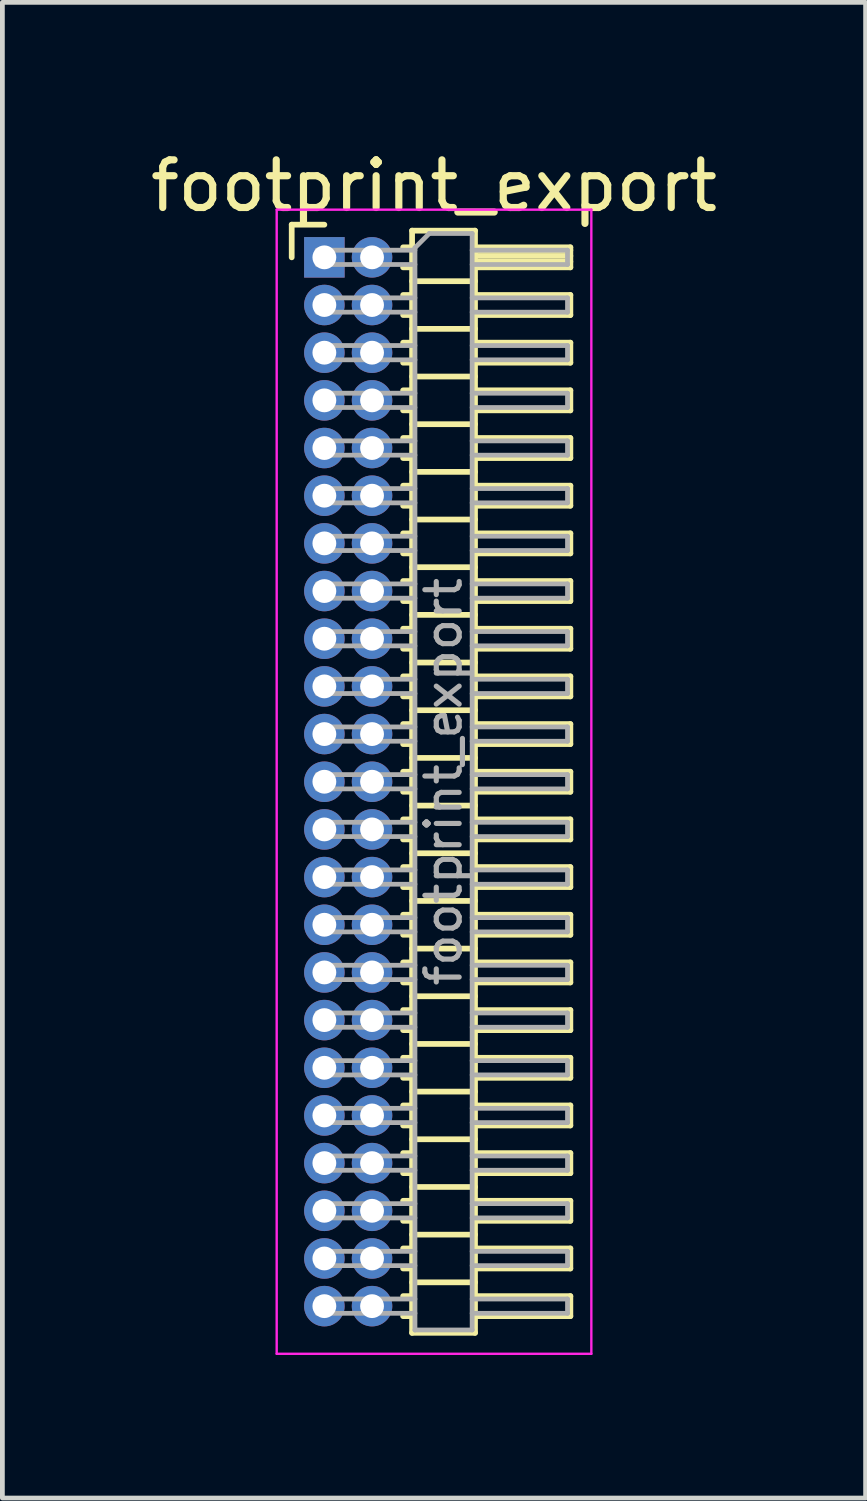
<source format=kicad_pcb>
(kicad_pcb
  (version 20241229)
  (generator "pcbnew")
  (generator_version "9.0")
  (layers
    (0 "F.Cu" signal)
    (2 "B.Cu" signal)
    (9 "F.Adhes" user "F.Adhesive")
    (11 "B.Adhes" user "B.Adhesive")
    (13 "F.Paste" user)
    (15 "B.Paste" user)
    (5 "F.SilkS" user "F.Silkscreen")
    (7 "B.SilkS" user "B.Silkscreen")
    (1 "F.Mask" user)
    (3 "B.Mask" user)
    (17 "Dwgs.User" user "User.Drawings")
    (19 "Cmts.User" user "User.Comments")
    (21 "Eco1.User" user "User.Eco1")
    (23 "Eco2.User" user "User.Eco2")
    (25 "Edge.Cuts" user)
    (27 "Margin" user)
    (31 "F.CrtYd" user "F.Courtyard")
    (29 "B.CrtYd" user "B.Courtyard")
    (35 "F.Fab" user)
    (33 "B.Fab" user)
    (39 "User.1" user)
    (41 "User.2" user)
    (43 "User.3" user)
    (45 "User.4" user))
  (footprint "footprint_export"
    (layer "F.Cu")
    (at 3.754 2.348)
    (property "Reference" "footprint_export" (at 2.3 -1.5 0) (layer "F.SilkS") (effects (font (size 1 1) (thickness 0.15))))
    (attr through_hole)
    (fp_line (start -0.685 -0.685) (end 0 -0.685) (stroke (width 0.12) (type solid)) (layer "F.SilkS"))
    (fp_line (start -0.685 0) (end -0.685 -0.685) (stroke (width 0.12) (type solid)) (layer "F.SilkS"))
    (fp_line (start 1.652 -0.21) (end 1.84 -0.21) (stroke (width 0.12) (type solid)) (layer "F.SilkS"))
    (fp_line (start 1.652 0.21) (end 1.84 0.21) (stroke (width 0.12) (type solid)) (layer "F.SilkS"))
    (fp_line (start 1.652 0.79) (end 1.84 0.79) (stroke (width 0.12) (type solid)) (layer "F.SilkS"))
    (fp_line (start 1.652 1.21) (end 1.84 1.21) (stroke (width 0.12) (type solid)) (layer "F.SilkS"))
    (fp_line (start 1.652 1.79) (end 1.84 1.79) (stroke (width 0.12) (type solid)) (layer "F.SilkS"))
    (fp_line (start 1.652 2.21) (end 1.84 2.21) (stroke (width 0.12) (type solid)) (layer "F.SilkS"))
    (fp_line (start 1.652 2.79) (end 1.84 2.79) (stroke (width 0.12) (type solid)) (layer "F.SilkS"))
    (fp_line (start 1.652 3.21) (end 1.84 3.21) (stroke (width 0.12) (type solid)) (layer "F.SilkS"))
    (fp_line (start 1.652 3.79) (end 1.84 3.79) (stroke (width 0.12) (type solid)) (layer "F.SilkS"))
    (fp_line (start 1.652 4.21) (end 1.84 4.21) (stroke (width 0.12) (type solid)) (layer "F.SilkS"))
    (fp_line (start 1.652 4.79) (end 1.84 4.79) (stroke (width 0.12) (type solid)) (layer "F.SilkS"))
    (fp_line (start 1.652 5.21) (end 1.84 5.21) (stroke (width 0.12) (type solid)) (layer "F.SilkS"))
    (fp_line (start 1.652 5.79) (end 1.84 5.79) (stroke (width 0.12) (type solid)) (layer "F.SilkS"))
    (fp_line (start 1.652 6.21) (end 1.84 6.21) (stroke (width 0.12) (type solid)) (layer "F.SilkS"))
    (fp_line (start 1.652 6.79) (end 1.84 6.79) (stroke (width 0.12) (type solid)) (layer "F.SilkS"))
    (fp_line (start 1.652 7.21) (end 1.84 7.21) (stroke (width 0.12) (type solid)) (layer "F.SilkS"))
    (fp_line (start 1.652 7.79) (end 1.84 7.79) (stroke (width 0.12) (type solid)) (layer "F.SilkS"))
    (fp_line (start 1.652 8.21) (end 1.84 8.21) (stroke (width 0.12) (type solid)) (layer "F.SilkS"))
    (fp_line (start 1.652 8.79) (end 1.84 8.79) (stroke (width 0.12) (type solid)) (layer "F.SilkS"))
    (fp_line (start 1.652 9.21) (end 1.84 9.21) (stroke (width 0.12) (type solid)) (layer "F.SilkS"))
    (fp_line (start 1.652 9.79) (end 1.84 9.79) (stroke (width 0.12) (type solid)) (layer "F.SilkS"))
    (fp_line (start 1.652 10.21) (end 1.84 10.21) (stroke (width 0.12) (type solid)) (layer "F.SilkS"))
    (fp_line (start 1.652 10.79) (end 1.84 10.79) (stroke (width 0.12) (type solid)) (layer "F.SilkS"))
    (fp_line (start 1.652 11.21) (end 1.84 11.21) (stroke (width 0.12) (type solid)) (layer "F.SilkS"))
    (fp_line (start 1.652 11.79) (end 1.84 11.79) (stroke (width 0.12) (type solid)) (layer "F.SilkS"))
    (fp_line (start 1.652 12.21) (end 1.84 12.21) (stroke (width 0.12) (type solid)) (layer "F.SilkS"))
    (fp_line (start 1.652 12.79) (end 1.84 12.79) (stroke (width 0.12) (type solid)) (layer "F.SilkS"))
    (fp_line (start 1.652 13.21) (end 1.84 13.21) (stroke (width 0.12) (type solid)) (layer "F.SilkS"))
    (fp_line (start 1.652 13.79) (end 1.84 13.79) (stroke (width 0.12) (type solid)) (layer "F.SilkS"))
    (fp_line (start 1.652 14.21) (end 1.84 14.21) (stroke (width 0.12) (type solid)) (layer "F.SilkS"))
    (fp_line (start 1.652 14.79) (end 1.84 14.79) (stroke (width 0.12) (type solid)) (layer "F.SilkS"))
    (fp_line (start 1.652 15.21) (end 1.84 15.21) (stroke (width 0.12) (type solid)) (layer "F.SilkS"))
    (fp_line (start 1.652 15.79) (end 1.84 15.79) (stroke (width 0.12) (type solid)) (layer "F.SilkS"))
    (fp_line (start 1.652 16.21) (end 1.84 16.21) (stroke (width 0.12) (type solid)) (layer "F.SilkS"))
    (fp_line (start 1.652 16.79) (end 1.84 16.79) (stroke (width 0.12) (type solid)) (layer "F.SilkS"))
    (fp_line (start 1.652 17.21) (end 1.84 17.21) (stroke (width 0.12) (type solid)) (layer "F.SilkS"))
    (fp_line (start 1.652 17.79) (end 1.84 17.79) (stroke (width 0.12) (type solid)) (layer "F.SilkS"))
    (fp_line (start 1.652 18.21) (end 1.84 18.21) (stroke (width 0.12) (type solid)) (layer "F.SilkS"))
    (fp_line (start 1.652 18.79) (end 1.84 18.79) (stroke (width 0.12) (type solid)) (layer "F.SilkS"))
    (fp_line (start 1.652 19.21) (end 1.84 19.21) (stroke (width 0.12) (type solid)) (layer "F.SilkS"))
    (fp_line (start 1.652 19.79) (end 1.84 19.79) (stroke (width 0.12) (type solid)) (layer "F.SilkS"))
    (fp_line (start 1.652 20.21) (end 1.84 20.21) (stroke (width 0.12) (type solid)) (layer "F.SilkS"))
    (fp_line (start 1.652 20.79) (end 1.84 20.79) (stroke (width 0.12) (type solid)) (layer "F.SilkS"))
    (fp_line (start 1.652 21.21) (end 1.84 21.21) (stroke (width 0.12) (type solid)) (layer "F.SilkS"))
    (fp_line (start 1.652 21.79) (end 1.84 21.79) (stroke (width 0.12) (type solid)) (layer "F.SilkS"))
    (fp_line (start 1.652 22.21) (end 1.84 22.21) (stroke (width 0.12) (type solid)) (layer "F.SilkS"))
    (fp_line (start 1.84 -0.56) (end 1.84 22.56) (stroke (width 0.12) (type solid)) (layer "F.SilkS"))
    (fp_line (start 1.84 0.5) (end 3.16 0.5) (stroke (width 0.12) (type solid)) (layer "F.SilkS"))
    (fp_line (start 1.84 1.5) (end 3.16 1.5) (stroke (width 0.12) (type solid)) (layer "F.SilkS"))
    (fp_line (start 1.84 2.5) (end 3.16 2.5) (stroke (width 0.12) (type solid)) (layer "F.SilkS"))
    (fp_line (start 1.84 3.5) (end 3.16 3.5) (stroke (width 0.12) (type solid)) (layer "F.SilkS"))
    (fp_line (start 1.84 4.5) (end 3.16 4.5) (stroke (width 0.12) (type solid)) (layer "F.SilkS"))
    (fp_line (start 1.84 5.5) (end 3.16 5.5) (stroke (width 0.12) (type solid)) (layer "F.SilkS"))
    (fp_line (start 1.84 6.5) (end 3.16 6.5) (stroke (width 0.12) (type solid)) (layer "F.SilkS"))
    (fp_line (start 1.84 7.5) (end 3.16 7.5) (stroke (width 0.12) (type solid)) (layer "F.SilkS"))
    (fp_line (start 1.84 8.5) (end 3.16 8.5) (stroke (width 0.12) (type solid)) (layer "F.SilkS"))
    (fp_line (start 1.84 9.5) (end 3.16 9.5) (stroke (width 0.12) (type solid)) (layer "F.SilkS"))
    (fp_line (start 1.84 10.5) (end 3.16 10.5) (stroke (width 0.12) (type solid)) (layer "F.SilkS"))
    (fp_line (start 1.84 11.5) (end 3.16 11.5) (stroke (width 0.12) (type solid)) (layer "F.SilkS"))
    (fp_line (start 1.84 12.5) (end 3.16 12.5) (stroke (width 0.12) (type solid)) (layer "F.SilkS"))
    (fp_line (start 1.84 13.5) (end 3.16 13.5) (stroke (width 0.12) (type solid)) (layer "F.SilkS"))
    (fp_line (start 1.84 14.5) (end 3.16 14.5) (stroke (width 0.12) (type solid)) (layer "F.SilkS"))
    (fp_line (start 1.84 15.5) (end 3.16 15.5) (stroke (width 0.12) (type solid)) (layer "F.SilkS"))
    (fp_line (start 1.84 16.5) (end 3.16 16.5) (stroke (width 0.12) (type solid)) (layer "F.SilkS"))
    (fp_line (start 1.84 17.5) (end 3.16 17.5) (stroke (width 0.12) (type solid)) (layer "F.SilkS"))
    (fp_line (start 1.84 18.5) (end 3.16 18.5) (stroke (width 0.12) (type solid)) (layer "F.SilkS"))
    (fp_line (start 1.84 19.5) (end 3.16 19.5) (stroke (width 0.12) (type solid)) (layer "F.SilkS"))
    (fp_line (start 1.84 20.5) (end 3.16 20.5) (stroke (width 0.12) (type solid)) (layer "F.SilkS"))
    (fp_line (start 1.84 21.5) (end 3.16 21.5) (stroke (width 0.12) (type solid)) (layer "F.SilkS"))
    (fp_line (start 1.84 22.56) (end 3.16 22.56) (stroke (width 0.12) (type solid)) (layer "F.SilkS"))
    (fp_line (start 3.16 -0.56) (end 1.84 -0.56) (stroke (width 0.12) (type solid)) (layer "F.SilkS"))
    (fp_line (start 3.16 -0.21) (end 5.16 -0.21) (stroke (width 0.12) (type solid)) (layer "F.SilkS"))
    (fp_line (start 3.16 -0.15) (end 5.16 -0.15) (stroke (width 0.12) (type solid)) (layer "F.SilkS"))
    (fp_line (start 3.16 -0.03) (end 5.16 -0.03) (stroke (width 0.12) (type solid)) (layer "F.SilkS"))
    (fp_line (start 3.16 0.09) (end 5.16 0.09) (stroke (width 0.12) (type solid)) (layer "F.SilkS"))
    (fp_line (start 3.16 0.79) (end 5.16 0.79) (stroke (width 0.12) (type solid)) (layer "F.SilkS"))
    (fp_line (start 3.16 1.79) (end 5.16 1.79) (stroke (width 0.12) (type solid)) (layer "F.SilkS"))
    (fp_line (start 3.16 2.79) (end 5.16 2.79) (stroke (width 0.12) (type solid)) (layer "F.SilkS"))
    (fp_line (start 3.16 3.79) (end 5.16 3.79) (stroke (width 0.12) (type solid)) (layer "F.SilkS"))
    (fp_line (start 3.16 4.79) (end 5.16 4.79) (stroke (width 0.12) (type solid)) (layer "F.SilkS"))
    (fp_line (start 3.16 5.79) (end 5.16 5.79) (stroke (width 0.12) (type solid)) (layer "F.SilkS"))
    (fp_line (start 3.16 6.79) (end 5.16 6.79) (stroke (width 0.12) (type solid)) (layer "F.SilkS"))
    (fp_line (start 3.16 7.79) (end 5.16 7.79) (stroke (width 0.12) (type solid)) (layer "F.SilkS"))
    (fp_line (start 3.16 8.79) (end 5.16 8.79) (stroke (width 0.12) (type solid)) (layer "F.SilkS"))
    (fp_line (start 3.16 9.79) (end 5.16 9.79) (stroke (width 0.12) (type solid)) (layer "F.SilkS"))
    (fp_line (start 3.16 10.79) (end 5.16 10.79) (stroke (width 0.12) (type solid)) (layer "F.SilkS"))
    (fp_line (start 3.16 11.79) (end 5.16 11.79) (stroke (width 0.12) (type solid)) (layer "F.SilkS"))
    (fp_line (start 3.16 12.79) (end 5.16 12.79) (stroke (width 0.12) (type solid)) (layer "F.SilkS"))
    (fp_line (start 3.16 13.79) (end 5.16 13.79) (stroke (width 0.12) (type solid)) (layer "F.SilkS"))
    (fp_line (start 3.16 14.79) (end 5.16 14.79) (stroke (width 0.12) (type solid)) (layer "F.SilkS"))
    (fp_line (start 3.16 15.79) (end 5.16 15.79) (stroke (width 0.12) (type solid)) (layer "F.SilkS"))
    (fp_line (start 3.16 16.79) (end 5.16 16.79) (stroke (width 0.12) (type solid)) (layer "F.SilkS"))
    (fp_line (start 3.16 17.79) (end 5.16 17.79) (stroke (width 0.12) (type solid)) (layer "F.SilkS"))
    (fp_line (start 3.16 18.79) (end 5.16 18.79) (stroke (width 0.12) (type solid)) (layer "F.SilkS"))
    (fp_line (start 3.16 19.79) (end 5.16 19.79) (stroke (width 0.12) (type solid)) (layer "F.SilkS"))
    (fp_line (start 3.16 20.79) (end 5.16 20.79) (stroke (width 0.12) (type solid)) (layer "F.SilkS"))
    (fp_line (start 3.16 21.79) (end 5.16 21.79) (stroke (width 0.12) (type solid)) (layer "F.SilkS"))
    (fp_line (start 3.16 22.56) (end 3.16 -0.56) (stroke (width 0.12) (type solid)) (layer "F.SilkS"))
    (fp_line (start 5.16 -0.21) (end 5.16 0.21) (stroke (width 0.12) (type solid)) (layer "F.SilkS"))
    (fp_line (start 5.16 0.21) (end 3.16 0.21) (stroke (width 0.12) (type solid)) (layer "F.SilkS"))
    (fp_line (start 5.16 0.79) (end 5.16 1.21) (stroke (width 0.12) (type solid)) (layer "F.SilkS"))
    (fp_line (start 5.16 1.21) (end 3.16 1.21) (stroke (width 0.12) (type solid)) (layer "F.SilkS"))
    (fp_line (start 5.16 1.79) (end 5.16 2.21) (stroke (width 0.12) (type solid)) (layer "F.SilkS"))
    (fp_line (start 5.16 2.21) (end 3.16 2.21) (stroke (width 0.12) (type solid)) (layer "F.SilkS"))
    (fp_line (start 5.16 2.79) (end 5.16 3.21) (stroke (width 0.12) (type solid)) (layer "F.SilkS"))
    (fp_line (start 5.16 3.21) (end 3.16 3.21) (stroke (width 0.12) (type solid)) (layer "F.SilkS"))
    (fp_line (start 5.16 3.79) (end 5.16 4.21) (stroke (width 0.12) (type solid)) (layer "F.SilkS"))
    (fp_line (start 5.16 4.21) (end 3.16 4.21) (stroke (width 0.12) (type solid)) (layer "F.SilkS"))
    (fp_line (start 5.16 4.79) (end 5.16 5.21) (stroke (width 0.12) (type solid)) (layer "F.SilkS"))
    (fp_line (start 5.16 5.21) (end 3.16 5.21) (stroke (width 0.12) (type solid)) (layer "F.SilkS"))
    (fp_line (start 5.16 5.79) (end 5.16 6.21) (stroke (width 0.12) (type solid)) (layer "F.SilkS"))
    (fp_line (start 5.16 6.21) (end 3.16 6.21) (stroke (width 0.12) (type solid)) (layer "F.SilkS"))
    (fp_line (start 5.16 6.79) (end 5.16 7.21) (stroke (width 0.12) (type solid)) (layer "F.SilkS"))
    (fp_line (start 5.16 7.21) (end 3.16 7.21) (stroke (width 0.12) (type solid)) (layer "F.SilkS"))
    (fp_line (start 5.16 7.79) (end 5.16 8.21) (stroke (width 0.12) (type solid)) (layer "F.SilkS"))
    (fp_line (start 5.16 8.21) (end 3.16 8.21) (stroke (width 0.12) (type solid)) (layer "F.SilkS"))
    (fp_line (start 5.16 8.79) (end 5.16 9.21) (stroke (width 0.12) (type solid)) (layer "F.SilkS"))
    (fp_line (start 5.16 9.21) (end 3.16 9.21) (stroke (width 0.12) (type solid)) (layer "F.SilkS"))
    (fp_line (start 5.16 9.79) (end 5.16 10.21) (stroke (width 0.12) (type solid)) (layer "F.SilkS"))
    (fp_line (start 5.16 10.21) (end 3.16 10.21) (stroke (width 0.12) (type solid)) (layer "F.SilkS"))
    (fp_line (start 5.16 10.79) (end 5.16 11.21) (stroke (width 0.12) (type solid)) (layer "F.SilkS"))
    (fp_line (start 5.16 11.21) (end 3.16 11.21) (stroke (width 0.12) (type solid)) (layer "F.SilkS"))
    (fp_line (start 5.16 11.79) (end 5.16 12.21) (stroke (width 0.12) (type solid)) (layer "F.SilkS"))
    (fp_line (start 5.16 12.21) (end 3.16 12.21) (stroke (width 0.12) (type solid)) (layer "F.SilkS"))
    (fp_line (start 5.16 12.79) (end 5.16 13.21) (stroke (width 0.12) (type solid)) (layer "F.SilkS"))
    (fp_line (start 5.16 13.21) (end 3.16 13.21) (stroke (width 0.12) (type solid)) (layer "F.SilkS"))
    (fp_line (start 5.16 13.79) (end 5.16 14.21) (stroke (width 0.12) (type solid)) (layer "F.SilkS"))
    (fp_line (start 5.16 14.21) (end 3.16 14.21) (stroke (width 0.12) (type solid)) (layer "F.SilkS"))
    (fp_line (start 5.16 14.79) (end 5.16 15.21) (stroke (width 0.12) (type solid)) (layer "F.SilkS"))
    (fp_line (start 5.16 15.21) (end 3.16 15.21) (stroke (width 0.12) (type solid)) (layer "F.SilkS"))
    (fp_line (start 5.16 15.79) (end 5.16 16.21) (stroke (width 0.12) (type solid)) (layer "F.SilkS"))
    (fp_line (start 5.16 16.21) (end 3.16 16.21) (stroke (width 0.12) (type solid)) (layer "F.SilkS"))
    (fp_line (start 5.16 16.79) (end 5.16 17.21) (stroke (width 0.12) (type solid)) (layer "F.SilkS"))
    (fp_line (start 5.16 17.21) (end 3.16 17.21) (stroke (width 0.12) (type solid)) (layer "F.SilkS"))
    (fp_line (start 5.16 17.79) (end 5.16 18.21) (stroke (width 0.12) (type solid)) (layer "F.SilkS"))
    (fp_line (start 5.16 18.21) (end 3.16 18.21) (stroke (width 0.12) (type solid)) (layer "F.SilkS"))
    (fp_line (start 5.16 18.79) (end 5.16 19.21) (stroke (width 0.12) (type solid)) (layer "F.SilkS"))
    (fp_line (start 5.16 19.21) (end 3.16 19.21) (stroke (width 0.12) (type solid)) (layer "F.SilkS"))
    (fp_line (start 5.16 19.79) (end 5.16 20.21) (stroke (width 0.12) (type solid)) (layer "F.SilkS"))
    (fp_line (start 5.16 20.21) (end 3.16 20.21) (stroke (width 0.12) (type solid)) (layer "F.SilkS"))
    (fp_line (start 5.16 20.79) (end 5.16 21.21) (stroke (width 0.12) (type solid)) (layer "F.SilkS"))
    (fp_line (start 5.16 21.21) (end 3.16 21.21) (stroke (width 0.12) (type solid)) (layer "F.SilkS"))
    (fp_line (start 5.16 21.79) (end 5.16 22.21) (stroke (width 0.12) (type solid)) (layer "F.SilkS"))
    (fp_line (start 5.16 22.21) (end 3.16 22.21) (stroke (width 0.12) (type solid)) (layer "F.SilkS"))
    (fp_line (start -1 -1) (end -1 23) (stroke (width 0.05) (type solid)) (layer "F.CrtYd"))
    (fp_line (start -1 23) (end 5.6 23) (stroke (width 0.05) (type solid)) (layer "F.CrtYd"))
    (fp_line (start 5.6 -1) (end -1 -1) (stroke (width 0.05) (type solid)) (layer "F.CrtYd"))
    (fp_line (start 5.6 23) (end 5.6 -1) (stroke (width 0.05) (type solid)) (layer "F.CrtYd"))
    (fp_line (start -0.15 -0.15) (end -0.15 0.15) (stroke (width 0.1) (type solid)) (layer "F.Fab"))
    (fp_line (start -0.15 -0.15) (end 1.9 -0.15) (stroke (width 0.1) (type solid)) (layer "F.Fab"))
    (fp_line (start -0.15 0.15) (end 1.9 0.15) (stroke (width 0.1) (type solid)) (layer "F.Fab"))
    (fp_line (start -0.15 0.85) (end -0.15 1.15) (stroke (width 0.1) (type solid)) (layer "F.Fab"))
    (fp_line (start -0.15 0.85) (end 1.9 0.85) (stroke (width 0.1) (type solid)) (layer "F.Fab"))
    (fp_line (start -0.15 1.15) (end 1.9 1.15) (stroke (width 0.1) (type solid)) (layer "F.Fab"))
    (fp_line (start -0.15 1.85) (end -0.15 2.15) (stroke (width 0.1) (type solid)) (layer "F.Fab"))
    (fp_line (start -0.15 1.85) (end 1.9 1.85) (stroke (width 0.1) (type solid)) (layer "F.Fab"))
    (fp_line (start -0.15 2.15) (end 1.9 2.15) (stroke (width 0.1) (type solid)) (layer "F.Fab"))
    (fp_line (start -0.15 2.85) (end -0.15 3.15) (stroke (width 0.1) (type solid)) (layer "F.Fab"))
    (fp_line (start -0.15 2.85) (end 1.9 2.85) (stroke (width 0.1) (type solid)) (layer "F.Fab"))
    (fp_line (start -0.15 3.15) (end 1.9 3.15) (stroke (width 0.1) (type solid)) (layer "F.Fab"))
    (fp_line (start -0.15 3.85) (end -0.15 4.15) (stroke (width 0.1) (type solid)) (layer "F.Fab"))
    (fp_line (start -0.15 3.85) (end 1.9 3.85) (stroke (width 0.1) (type solid)) (layer "F.Fab"))
    (fp_line (start -0.15 4.15) (end 1.9 4.15) (stroke (width 0.1) (type solid)) (layer "F.Fab"))
    (fp_line (start -0.15 4.85) (end -0.15 5.15) (stroke (width 0.1) (type solid)) (layer "F.Fab"))
    (fp_line (start -0.15 4.85) (end 1.9 4.85) (stroke (width 0.1) (type solid)) (layer "F.Fab"))
    (fp_line (start -0.15 5.15) (end 1.9 5.15) (stroke (width 0.1) (type solid)) (layer "F.Fab"))
    (fp_line (start -0.15 5.85) (end -0.15 6.15) (stroke (width 0.1) (type solid)) (layer "F.Fab"))
    (fp_line (start -0.15 5.85) (end 1.9 5.85) (stroke (width 0.1) (type solid)) (layer "F.Fab"))
    (fp_line (start -0.15 6.15) (end 1.9 6.15) (stroke (width 0.1) (type solid)) (layer "F.Fab"))
    (fp_line (start -0.15 6.85) (end -0.15 7.15) (stroke (width 0.1) (type solid)) (layer "F.Fab"))
    (fp_line (start -0.15 6.85) (end 1.9 6.85) (stroke (width 0.1) (type solid)) (layer "F.Fab"))
    (fp_line (start -0.15 7.15) (end 1.9 7.15) (stroke (width 0.1) (type solid)) (layer "F.Fab"))
    (fp_line (start -0.15 7.85) (end -0.15 8.15) (stroke (width 0.1) (type solid)) (layer "F.Fab"))
    (fp_line (start -0.15 7.85) (end 1.9 7.85) (stroke (width 0.1) (type solid)) (layer "F.Fab"))
    (fp_line (start -0.15 8.15) (end 1.9 8.15) (stroke (width 0.1) (type solid)) (layer "F.Fab"))
    (fp_line (start -0.15 8.85) (end -0.15 9.15) (stroke (width 0.1) (type solid)) (layer "F.Fab"))
    (fp_line (start -0.15 8.85) (end 1.9 8.85) (stroke (width 0.1) (type solid)) (layer "F.Fab"))
    (fp_line (start -0.15 9.15) (end 1.9 9.15) (stroke (width 0.1) (type solid)) (layer "F.Fab"))
    (fp_line (start -0.15 9.85) (end -0.15 10.15) (stroke (width 0.1) (type solid)) (layer "F.Fab"))
    (fp_line (start -0.15 9.85) (end 1.9 9.85) (stroke (width 0.1) (type solid)) (layer "F.Fab"))
    (fp_line (start -0.15 10.15) (end 1.9 10.15) (stroke (width 0.1) (type solid)) (layer "F.Fab"))
    (fp_line (start -0.15 10.85) (end -0.15 11.15) (stroke (width 0.1) (type solid)) (layer "F.Fab"))
    (fp_line (start -0.15 10.85) (end 1.9 10.85) (stroke (width 0.1) (type solid)) (layer "F.Fab"))
    (fp_line (start -0.15 11.15) (end 1.9 11.15) (stroke (width 0.1) (type solid)) (layer "F.Fab"))
    (fp_line (start -0.15 11.85) (end -0.15 12.15) (stroke (width 0.1) (type solid)) (layer "F.Fab"))
    (fp_line (start -0.15 11.85) (end 1.9 11.85) (stroke (width 0.1) (type solid)) (layer "F.Fab"))
    (fp_line (start -0.15 12.15) (end 1.9 12.15) (stroke (width 0.1) (type solid)) (layer "F.Fab"))
    (fp_line (start -0.15 12.85) (end -0.15 13.15) (stroke (width 0.1) (type solid)) (layer "F.Fab"))
    (fp_line (start -0.15 12.85) (end 1.9 12.85) (stroke (width 0.1) (type solid)) (layer "F.Fab"))
    (fp_line (start -0.15 13.15) (end 1.9 13.15) (stroke (width 0.1) (type solid)) (layer "F.Fab"))
    (fp_line (start -0.15 13.85) (end -0.15 14.15) (stroke (width 0.1) (type solid)) (layer "F.Fab"))
    (fp_line (start -0.15 13.85) (end 1.9 13.85) (stroke (width 0.1) (type solid)) (layer "F.Fab"))
    (fp_line (start -0.15 14.15) (end 1.9 14.15) (stroke (width 0.1) (type solid)) (layer "F.Fab"))
    (fp_line (start -0.15 14.85) (end -0.15 15.15) (stroke (width 0.1) (type solid)) (layer "F.Fab"))
    (fp_line (start -0.15 14.85) (end 1.9 14.85) (stroke (width 0.1) (type solid)) (layer "F.Fab"))
    (fp_line (start -0.15 15.15) (end 1.9 15.15) (stroke (width 0.1) (type solid)) (layer "F.Fab"))
    (fp_line (start -0.15 15.85) (end -0.15 16.15) (stroke (width 0.1) (type solid)) (layer "F.Fab"))
    (fp_line (start -0.15 15.85) (end 1.9 15.85) (stroke (width 0.1) (type solid)) (layer "F.Fab"))
    (fp_line (start -0.15 16.15) (end 1.9 16.15) (stroke (width 0.1) (type solid)) (layer "F.Fab"))
    (fp_line (start -0.15 16.85) (end -0.15 17.15) (stroke (width 0.1) (type solid)) (layer "F.Fab"))
    (fp_line (start -0.15 16.85) (end 1.9 16.85) (stroke (width 0.1) (type solid)) (layer "F.Fab"))
    (fp_line (start -0.15 17.15) (end 1.9 17.15) (stroke (width 0.1) (type solid)) (layer "F.Fab"))
    (fp_line (start -0.15 17.85) (end -0.15 18.15) (stroke (width 0.1) (type solid)) (layer "F.Fab"))
    (fp_line (start -0.15 17.85) (end 1.9 17.85) (stroke (width 0.1) (type solid)) (layer "F.Fab"))
    (fp_line (start -0.15 18.15) (end 1.9 18.15) (stroke (width 0.1) (type solid)) (layer "F.Fab"))
    (fp_line (start -0.15 18.85) (end -0.15 19.15) (stroke (width 0.1) (type solid)) (layer "F.Fab"))
    (fp_line (start -0.15 18.85) (end 1.9 18.85) (stroke (width 0.1) (type solid)) (layer "F.Fab"))
    (fp_line (start -0.15 19.15) (end 1.9 19.15) (stroke (width 0.1) (type solid)) (layer "F.Fab"))
    (fp_line (start -0.15 19.85) (end -0.15 20.15) (stroke (width 0.1) (type solid)) (layer "F.Fab"))
    (fp_line (start -0.15 19.85) (end 1.9 19.85) (stroke (width 0.1) (type solid)) (layer "F.Fab"))
    (fp_line (start -0.15 20.15) (end 1.9 20.15) (stroke (width 0.1) (type solid)) (layer "F.Fab"))
    (fp_line (start -0.15 20.85) (end -0.15 21.15) (stroke (width 0.1) (type solid)) (layer "F.Fab"))
    (fp_line (start -0.15 20.85) (end 1.9 20.85) (stroke (width 0.1) (type solid)) (layer "F.Fab"))
    (fp_line (start -0.15 21.15) (end 1.9 21.15) (stroke (width 0.1) (type solid)) (layer "F.Fab"))
    (fp_line (start -0.15 21.85) (end -0.15 22.15) (stroke (width 0.1) (type solid)) (layer "F.Fab"))
    (fp_line (start -0.15 21.85) (end 1.9 21.85) (stroke (width 0.1) (type solid)) (layer "F.Fab"))
    (fp_line (start -0.15 22.15) (end 1.9 22.15) (stroke (width 0.1) (type solid)) (layer "F.Fab"))
    (fp_line (start 1.9 -0.2) (end 2.2 -0.5) (stroke (width 0.1) (type solid)) (layer "F.Fab"))
    (fp_line (start 1.9 22.5) (end 1.9 -0.2) (stroke (width 0.1) (type solid)) (layer "F.Fab"))
    (fp_line (start 2.2 -0.5) (end 3.1 -0.5) (stroke (width 0.1) (type solid)) (layer "F.Fab"))
    (fp_line (start 3.1 -0.5) (end 3.1 22.5) (stroke (width 0.1) (type solid)) (layer "F.Fab"))
    (fp_line (start 3.1 -0.15) (end 5.1 -0.15) (stroke (width 0.1) (type solid)) (layer "F.Fab"))
    (fp_line (start 3.1 0.15) (end 5.1 0.15) (stroke (width 0.1) (type solid)) (layer "F.Fab"))
    (fp_line (start 3.1 0.85) (end 5.1 0.85) (stroke (width 0.1) (type solid)) (layer "F.Fab"))
    (fp_line (start 3.1 1.15) (end 5.1 1.15) (stroke (width 0.1) (type solid)) (layer "F.Fab"))
    (fp_line (start 3.1 1.85) (end 5.1 1.85) (stroke (width 0.1) (type solid)) (layer "F.Fab"))
    (fp_line (start 3.1 2.15) (end 5.1 2.15) (stroke (width 0.1) (type solid)) (layer "F.Fab"))
    (fp_line (start 3.1 2.85) (end 5.1 2.85) (stroke (width 0.1) (type solid)) (layer "F.Fab"))
    (fp_line (start 3.1 3.15) (end 5.1 3.15) (stroke (width 0.1) (type solid)) (layer "F.Fab"))
    (fp_line (start 3.1 3.85) (end 5.1 3.85) (stroke (width 0.1) (type solid)) (layer "F.Fab"))
    (fp_line (start 3.1 4.15) (end 5.1 4.15) (stroke (width 0.1) (type solid)) (layer "F.Fab"))
    (fp_line (start 3.1 4.85) (end 5.1 4.85) (stroke (width 0.1) (type solid)) (layer "F.Fab"))
    (fp_line (start 3.1 5.15) (end 5.1 5.15) (stroke (width 0.1) (type solid)) (layer "F.Fab"))
    (fp_line (start 3.1 5.85) (end 5.1 5.85) (stroke (width 0.1) (type solid)) (layer "F.Fab"))
    (fp_line (start 3.1 6.15) (end 5.1 6.15) (stroke (width 0.1) (type solid)) (layer "F.Fab"))
    (fp_line (start 3.1 6.85) (end 5.1 6.85) (stroke (width 0.1) (type solid)) (layer "F.Fab"))
    (fp_line (start 3.1 7.15) (end 5.1 7.15) (stroke (width 0.1) (type solid)) (layer "F.Fab"))
    (fp_line (start 3.1 7.85) (end 5.1 7.85) (stroke (width 0.1) (type solid)) (layer "F.Fab"))
    (fp_line (start 3.1 8.15) (end 5.1 8.15) (stroke (width 0.1) (type solid)) (layer "F.Fab"))
    (fp_line (start 3.1 8.85) (end 5.1 8.85) (stroke (width 0.1) (type solid)) (layer "F.Fab"))
    (fp_line (start 3.1 9.15) (end 5.1 9.15) (stroke (width 0.1) (type solid)) (layer "F.Fab"))
    (fp_line (start 3.1 9.85) (end 5.1 9.85) (stroke (width 0.1) (type solid)) (layer "F.Fab"))
    (fp_line (start 3.1 10.15) (end 5.1 10.15) (stroke (width 0.1) (type solid)) (layer "F.Fab"))
    (fp_line (start 3.1 10.85) (end 5.1 10.85) (stroke (width 0.1) (type solid)) (layer "F.Fab"))
    (fp_line (start 3.1 11.15) (end 5.1 11.15) (stroke (width 0.1) (type solid)) (layer "F.Fab"))
    (fp_line (start 3.1 11.85) (end 5.1 11.85) (stroke (width 0.1) (type solid)) (layer "F.Fab"))
    (fp_line (start 3.1 12.15) (end 5.1 12.15) (stroke (width 0.1) (type solid)) (layer "F.Fab"))
    (fp_line (start 3.1 12.85) (end 5.1 12.85) (stroke (width 0.1) (type solid)) (layer "F.Fab"))
    (fp_line (start 3.1 13.15) (end 5.1 13.15) (stroke (width 0.1) (type solid)) (layer "F.Fab"))
    (fp_line (start 3.1 13.85) (end 5.1 13.85) (stroke (width 0.1) (type solid)) (layer "F.Fab"))
    (fp_line (start 3.1 14.15) (end 5.1 14.15) (stroke (width 0.1) (type solid)) (layer "F.Fab"))
    (fp_line (start 3.1 14.85) (end 5.1 14.85) (stroke (width 0.1) (type solid)) (layer "F.Fab"))
    (fp_line (start 3.1 15.15) (end 5.1 15.15) (stroke (width 0.1) (type solid)) (layer "F.Fab"))
    (fp_line (start 3.1 15.85) (end 5.1 15.85) (stroke (width 0.1) (type solid)) (layer "F.Fab"))
    (fp_line (start 3.1 16.15) (end 5.1 16.15) (stroke (width 0.1) (type solid)) (layer "F.Fab"))
    (fp_line (start 3.1 16.85) (end 5.1 16.85) (stroke (width 0.1) (type solid)) (layer "F.Fab"))
    (fp_line (start 3.1 17.15) (end 5.1 17.15) (stroke (width 0.1) (type solid)) (layer "F.Fab"))
    (fp_line (start 3.1 17.85) (end 5.1 17.85) (stroke (width 0.1) (type solid)) (layer "F.Fab"))
    (fp_line (start 3.1 18.15) (end 5.1 18.15) (stroke (width 0.1) (type solid)) (layer "F.Fab"))
    (fp_line (start 3.1 18.85) (end 5.1 18.85) (stroke (width 0.1) (type solid)) (layer "F.Fab"))
    (fp_line (start 3.1 19.15) (end 5.1 19.15) (stroke (width 0.1) (type solid)) (layer "F.Fab"))
    (fp_line (start 3.1 19.85) (end 5.1 19.85) (stroke (width 0.1) (type solid)) (layer "F.Fab"))
    (fp_line (start 3.1 20.15) (end 5.1 20.15) (stroke (width 0.1) (type solid)) (layer "F.Fab"))
    (fp_line (start 3.1 20.85) (end 5.1 20.85) (stroke (width 0.1) (type solid)) (layer "F.Fab"))
    (fp_line (start 3.1 21.15) (end 5.1 21.15) (stroke (width 0.1) (type solid)) (layer "F.Fab"))
    (fp_line (start 3.1 21.85) (end 5.1 21.85) (stroke (width 0.1) (type solid)) (layer "F.Fab"))
    (fp_line (start 3.1 22.15) (end 5.1 22.15) (stroke (width 0.1) (type solid)) (layer "F.Fab"))
    (fp_line (start 3.1 22.5) (end 1.9 22.5) (stroke (width 0.1) (type solid)) (layer "F.Fab"))
    (fp_line (start 5.1 -0.15) (end 5.1 0.15) (stroke (width 0.1) (type solid)) (layer "F.Fab"))
    (fp_line (start 5.1 0.85) (end 5.1 1.15) (stroke (width 0.1) (type solid)) (layer "F.Fab"))
    (fp_line (start 5.1 1.85) (end 5.1 2.15) (stroke (width 0.1) (type solid)) (layer "F.Fab"))
    (fp_line (start 5.1 2.85) (end 5.1 3.15) (stroke (width 0.1) (type solid)) (layer "F.Fab"))
    (fp_line (start 5.1 3.85) (end 5.1 4.15) (stroke (width 0.1) (type solid)) (layer "F.Fab"))
    (fp_line (start 5.1 4.85) (end 5.1 5.15) (stroke (width 0.1) (type solid)) (layer "F.Fab"))
    (fp_line (start 5.1 5.85) (end 5.1 6.15) (stroke (width 0.1) (type solid)) (layer "F.Fab"))
    (fp_line (start 5.1 6.85) (end 5.1 7.15) (stroke (width 0.1) (type solid)) (layer "F.Fab"))
    (fp_line (start 5.1 7.85) (end 5.1 8.15) (stroke (width 0.1) (type solid)) (layer "F.Fab"))
    (fp_line (start 5.1 8.85) (end 5.1 9.15) (stroke (width 0.1) (type solid)) (layer "F.Fab"))
    (fp_line (start 5.1 9.85) (end 5.1 10.15) (stroke (width 0.1) (type solid)) (layer "F.Fab"))
    (fp_line (start 5.1 10.85) (end 5.1 11.15) (stroke (width 0.1) (type solid)) (layer "F.Fab"))
    (fp_line (start 5.1 11.85) (end 5.1 12.15) (stroke (width 0.1) (type solid)) (layer "F.Fab"))
    (fp_line (start 5.1 12.85) (end 5.1 13.15) (stroke (width 0.1) (type solid)) (layer "F.Fab"))
    (fp_line (start 5.1 13.85) (end 5.1 14.15) (stroke (width 0.1) (type solid)) (layer "F.Fab"))
    (fp_line (start 5.1 14.85) (end 5.1 15.15) (stroke (width 0.1) (type solid)) (layer "F.Fab"))
    (fp_line (start 5.1 15.85) (end 5.1 16.15) (stroke (width 0.1) (type solid)) (layer "F.Fab"))
    (fp_line (start 5.1 16.85) (end 5.1 17.15) (stroke (width 0.1) (type solid)) (layer "F.Fab"))
    (fp_line (start 5.1 17.85) (end 5.1 18.15) (stroke (width 0.1) (type solid)) (layer "F.Fab"))
    (fp_line (start 5.1 18.85) (end 5.1 19.15) (stroke (width 0.1) (type solid)) (layer "F.Fab"))
    (fp_line (start 5.1 19.85) (end 5.1 20.15) (stroke (width 0.1) (type solid)) (layer "F.Fab"))
    (fp_line (start 5.1 20.85) (end 5.1 21.15) (stroke (width 0.1) (type solid)) (layer "F.Fab"))
    (fp_line (start 5.1 21.85) (end 5.1 22.15) (stroke (width 0.1) (type solid)) (layer "F.Fab"))
    (fp_text user "${REFERENCE}" (at 2.5 11 90) (layer "F.Fab") (effects (font (size 0.72 0.72) (thickness 0.108))))
    (pad "1" thru_hole rect (at 0 0) (size 0.85 0.85) (drill 0.5) (layers "*.Cu" "*.Mask"))
    (pad "2" thru_hole oval (at 1 0) (size 0.85 0.85) (drill 0.5) (layers "*.Cu" "*.Mask"))
    (pad "3" thru_hole oval (at 0 1) (size 0.85 0.85) (drill 0.5) (layers "*.Cu" "*.Mask"))
    (pad "4" thru_hole oval (at 1 1) (size 0.85 0.85) (drill 0.5) (layers "*.Cu" "*.Mask"))
    (pad "5" thru_hole oval (at 0 2) (size 0.85 0.85) (drill 0.5) (layers "*.Cu" "*.Mask"))
    (pad "6" thru_hole oval (at 1 2) (size 0.85 0.85) (drill 0.5) (layers "*.Cu" "*.Mask"))
    (pad "7" thru_hole oval (at 0 3) (size 0.85 0.85) (drill 0.5) (layers "*.Cu" "*.Mask"))
    (pad "8" thru_hole oval (at 1 3) (size 0.85 0.85) (drill 0.5) (layers "*.Cu" "*.Mask"))
    (pad "9" thru_hole oval (at 0 4) (size 0.85 0.85) (drill 0.5) (layers "*.Cu" "*.Mask"))
    (pad "10" thru_hole oval (at 1 4) (size 0.85 0.85) (drill 0.5) (layers "*.Cu" "*.Mask"))
    (pad "11" thru_hole oval (at 0 5) (size 0.85 0.85) (drill 0.5) (layers "*.Cu" "*.Mask"))
    (pad "12" thru_hole oval (at 1 5) (size 0.85 0.85) (drill 0.5) (layers "*.Cu" "*.Mask"))
    (pad "13" thru_hole oval (at 0 6) (size 0.85 0.85) (drill 0.5) (layers "*.Cu" "*.Mask"))
    (pad "14" thru_hole oval (at 1 6) (size 0.85 0.85) (drill 0.5) (layers "*.Cu" "*.Mask"))
    (pad "15" thru_hole oval (at 0 7) (size 0.85 0.85) (drill 0.5) (layers "*.Cu" "*.Mask"))
    (pad "16" thru_hole oval (at 1 7) (size 0.85 0.85) (drill 0.5) (layers "*.Cu" "*.Mask"))
    (pad "17" thru_hole oval (at 0 8) (size 0.85 0.85) (drill 0.5) (layers "*.Cu" "*.Mask"))
    (pad "18" thru_hole oval (at 1 8) (size 0.85 0.85) (drill 0.5) (layers "*.Cu" "*.Mask"))
    (pad "19" thru_hole oval (at 0 9) (size 0.85 0.85) (drill 0.5) (layers "*.Cu" "*.Mask"))
    (pad "20" thru_hole oval (at 1 9) (size 0.85 0.85) (drill 0.5) (layers "*.Cu" "*.Mask"))
    (pad "21" thru_hole oval (at 0 10) (size 0.85 0.85) (drill 0.5) (layers "*.Cu" "*.Mask"))
    (pad "22" thru_hole oval (at 1 10) (size 0.85 0.85) (drill 0.5) (layers "*.Cu" "*.Mask"))
    (pad "23" thru_hole oval (at 0 11) (size 0.85 0.85) (drill 0.5) (layers "*.Cu" "*.Mask"))
    (pad "24" thru_hole oval (at 1 11) (size 0.85 0.85) (drill 0.5) (layers "*.Cu" "*.Mask"))
    (pad "25" thru_hole oval (at 0 12) (size 0.85 0.85) (drill 0.5) (layers "*.Cu" "*.Mask"))
    (pad "26" thru_hole oval (at 1 12) (size 0.85 0.85) (drill 0.5) (layers "*.Cu" "*.Mask"))
    (pad "27" thru_hole oval (at 0 13) (size 0.85 0.85) (drill 0.5) (layers "*.Cu" "*.Mask"))
    (pad "28" thru_hole oval (at 1 13) (size 0.85 0.85) (drill 0.5) (layers "*.Cu" "*.Mask"))
    (pad "29" thru_hole oval (at 0 14) (size 0.85 0.85) (drill 0.5) (layers "*.Cu" "*.Mask"))
    (pad "30" thru_hole oval (at 1 14) (size 0.85 0.85) (drill 0.5) (layers "*.Cu" "*.Mask"))
    (pad "31" thru_hole oval (at 0 15) (size 0.85 0.85) (drill 0.5) (layers "*.Cu" "*.Mask"))
    (pad "32" thru_hole oval (at 1 15) (size 0.85 0.85) (drill 0.5) (layers "*.Cu" "*.Mask"))
    (pad "33" thru_hole oval (at 0 16) (size 0.85 0.85) (drill 0.5) (layers "*.Cu" "*.Mask"))
    (pad "34" thru_hole oval (at 1 16) (size 0.85 0.85) (drill 0.5) (layers "*.Cu" "*.Mask"))
    (pad "35" thru_hole oval (at 0 17) (size 0.85 0.85) (drill 0.5) (layers "*.Cu" "*.Mask"))
    (pad "36" thru_hole oval (at 1 17) (size 0.85 0.85) (drill 0.5) (layers "*.Cu" "*.Mask"))
    (pad "37" thru_hole oval (at 0 18) (size 0.85 0.85) (drill 0.5) (layers "*.Cu" "*.Mask"))
    (pad "38" thru_hole oval (at 1 18) (size 0.85 0.85) (drill 0.5) (layers "*.Cu" "*.Mask"))
    (pad "39" thru_hole oval (at 0 19) (size 0.85 0.85) (drill 0.5) (layers "*.Cu" "*.Mask"))
    (pad "40" thru_hole oval (at 1 19) (size 0.85 0.85) (drill 0.5) (layers "*.Cu" "*.Mask"))
    (pad "41" thru_hole oval (at 0 20) (size 0.85 0.85) (drill 0.5) (layers "*.Cu" "*.Mask"))
    (pad "42" thru_hole oval (at 1 20) (size 0.85 0.85) (drill 0.5) (layers "*.Cu" "*.Mask"))
    (pad "43" thru_hole oval (at 0 21) (size 0.85 0.85) (drill 0.5) (layers "*.Cu" "*.Mask"))
    (pad "44" thru_hole oval (at 1 21) (size 0.85 0.85) (drill 0.5) (layers "*.Cu" "*.Mask"))
    (pad "45" thru_hole oval (at 0 22) (size 0.85 0.85) (drill 0.5) (layers "*.Cu" "*.Mask"))
    (pad "46" thru_hole oval (at 1 22) (size 0.85 0.85) (drill 0.5) (layers "*.Cu" "*.Mask")))
  (gr_rect
    (start -3 -3)
    (end 15.107 28.373)
    (stroke (width 0.1) (type default))
    (fill no)
    (layer "Edge.Cuts")))
</source>
